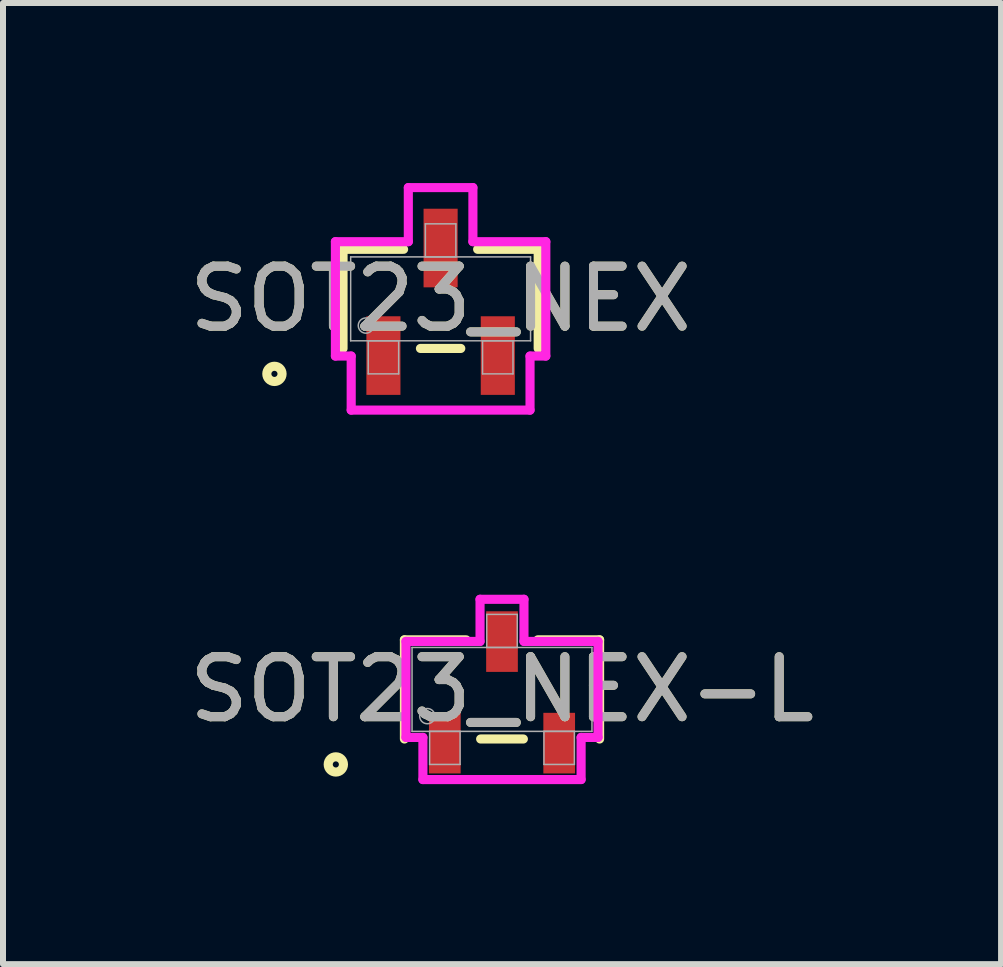
<source format=kicad_pcb>
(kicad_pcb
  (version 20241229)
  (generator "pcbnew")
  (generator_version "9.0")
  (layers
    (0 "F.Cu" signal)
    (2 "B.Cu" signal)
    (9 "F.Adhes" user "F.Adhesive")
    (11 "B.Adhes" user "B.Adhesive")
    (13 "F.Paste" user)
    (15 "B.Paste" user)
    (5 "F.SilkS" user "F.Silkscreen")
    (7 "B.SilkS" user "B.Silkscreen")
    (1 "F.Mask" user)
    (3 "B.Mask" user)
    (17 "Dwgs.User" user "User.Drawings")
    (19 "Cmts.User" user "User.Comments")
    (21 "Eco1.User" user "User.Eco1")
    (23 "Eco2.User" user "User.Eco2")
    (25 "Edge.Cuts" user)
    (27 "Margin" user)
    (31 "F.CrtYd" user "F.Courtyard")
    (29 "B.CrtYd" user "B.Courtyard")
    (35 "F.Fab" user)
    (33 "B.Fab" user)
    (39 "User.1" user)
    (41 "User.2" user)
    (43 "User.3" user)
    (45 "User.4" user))
  (footprint "SOT23_NEX"
    (layer "F.Cu")
    (at 4.292 1.93)
    (property "Reference" "SOT23_NEX" (at 0 0 0) (unlocked yes) (layer "F.SilkS") (effects (font (size 1 1) (thickness 0.15))))
    (attr smd)
    (fp_line (start -1.626 -0.826) (end -1.626 0.826) (stroke (width 0.152) (type solid)) (layer "F.SilkS"))
    (fp_line (start -0.617 -0.826) (end -1.626 -0.826) (stroke (width 0.152) (type solid)) (layer "F.SilkS"))
    (fp_line (start -0.336 0.826) (end 0.336 0.826) (stroke (width 0.152) (type solid)) (layer "F.SilkS"))
    (fp_line (start 1.626 -0.826) (end 0.617 -0.826) (stroke (width 0.152) (type solid)) (layer "F.SilkS"))
    (fp_line (start 1.626 0.826) (end 1.626 -0.826) (stroke (width 0.152) (type solid)) (layer "F.SilkS"))
    (fp_circle (center -2.769 1.25) (end -2.642 1.25) (stroke (width 0.152) (type solid)) (fill no) (layer "F.SilkS"))
    (fp_line (start -1.753 -0.953) (end -0.538 -0.953) (stroke (width 0.152) (type solid)) (layer "F.CrtYd"))
    (fp_line (start -1.753 0.953) (end -1.753 -0.953) (stroke (width 0.152) (type solid)) (layer "F.CrtYd"))
    (fp_line (start -1.753 0.953) (end -1.49 0.953) (stroke (width 0.152) (type solid)) (layer "F.CrtYd"))
    (fp_line (start -1.49 0.953) (end -1.49 1.854) (stroke (width 0.152) (type solid)) (layer "F.CrtYd"))
    (fp_line (start -1.49 1.854) (end 1.49 1.854) (stroke (width 0.152) (type solid)) (layer "F.CrtYd"))
    (fp_line (start -0.538 -1.854) (end 0.538 -1.854) (stroke (width 0.152) (type solid)) (layer "F.CrtYd"))
    (fp_line (start -0.538 -0.953) (end -0.538 -1.854) (stroke (width 0.152) (type solid)) (layer "F.CrtYd"))
    (fp_line (start 0.538 -0.953) (end 0.538 -1.854) (stroke (width 0.152) (type solid)) (layer "F.CrtYd"))
    (fp_line (start 1.49 0.953) (end 1.49 1.854) (stroke (width 0.152) (type solid)) (layer "F.CrtYd"))
    (fp_line (start 1.753 -0.953) (end 0.538 -0.953) (stroke (width 0.152) (type solid)) (layer "F.CrtYd"))
    (fp_line (start 1.753 -0.953) (end 1.753 0.953) (stroke (width 0.152) (type solid)) (layer "F.CrtYd"))
    (fp_line (start 1.753 0.953) (end 1.49 0.953) (stroke (width 0.152) (type solid)) (layer "F.CrtYd"))
    (fp_line (start -1.499 -0.699) (end -1.499 0.699) (stroke (width 0.025) (type solid)) (layer "F.Fab"))
    (fp_line (start -1.499 0.699) (end 1.499 0.699) (stroke (width 0.025) (type solid)) (layer "F.Fab"))
    (fp_line (start -1.206 0.699) (end -1.206 1.25) (stroke (width 0.025) (type solid)) (layer "F.Fab"))
    (fp_line (start -1.206 1.25) (end -0.699 1.25) (stroke (width 0.025) (type solid)) (layer "F.Fab"))
    (fp_line (start -0.699 0.699) (end -1.206 0.699) (stroke (width 0.025) (type solid)) (layer "F.Fab"))
    (fp_line (start -0.699 1.25) (end -0.699 0.699) (stroke (width 0.025) (type solid)) (layer "F.Fab"))
    (fp_line (start -0.254 -1.25) (end -0.254 -0.699) (stroke (width 0.025) (type solid)) (layer "F.Fab"))
    (fp_line (start -0.254 -0.699) (end 0.254 -0.699) (stroke (width 0.025) (type solid)) (layer "F.Fab"))
    (fp_line (start 0.254 -1.25) (end -0.254 -1.25) (stroke (width 0.025) (type solid)) (layer "F.Fab"))
    (fp_line (start 0.254 -0.699) (end 0.254 -1.25) (stroke (width 0.025) (type solid)) (layer "F.Fab"))
    (fp_line (start 0.699 0.699) (end 0.699 1.25) (stroke (width 0.025) (type solid)) (layer "F.Fab"))
    (fp_line (start 0.699 1.25) (end 1.206 1.25) (stroke (width 0.025) (type solid)) (layer "F.Fab"))
    (fp_line (start 1.206 0.699) (end 0.699 0.699) (stroke (width 0.025) (type solid)) (layer "F.Fab"))
    (fp_line (start 1.206 1.25) (end 1.206 0.699) (stroke (width 0.025) (type solid)) (layer "F.Fab"))
    (fp_line (start 1.499 -0.699) (end -1.499 -0.699) (stroke (width 0.025) (type solid)) (layer "F.Fab"))
    (fp_line (start 1.499 0.699) (end 1.499 -0.699) (stroke (width 0.025) (type solid)) (layer "F.Fab"))
    (fp_circle (center -1.245 0.445) (end -1.118 0.445) (stroke (width 0.025) (type solid)) (fill no) (layer "F.Fab"))
    (fp_text user "${REFERENCE}" (at 0 0 0) (unlocked yes) (layer "F.Fab") (effects (font (size 1 1) (thickness 0.15))))
    (pad "1" smd rect (at -0.953 0.945) (size 0.568 1.31) (layers "F.Cu" "F.Mask" "F.Paste"))
    (pad "2" smd rect (at 0.953 0.945) (size 0.568 1.31) (layers "F.Cu" "F.Mask" "F.Paste"))
    (pad "3" smd rect (at 0 -0.847) (size 0.568 1.31) (layers "F.Cu" "F.Mask" "F.Paste")))
  (footprint "SOT23_NEX-L"
    (layer "F.Cu")
    (at 5.315 8.438)
    (property "Reference" "SOT23_NEX-L" (at 0 0 0) (unlocked yes) (layer "F.SilkS") (effects (font (size 1 1) (thickness 0.15))))
    (attr smd)
    (fp_line (start -1.626 -0.826) (end -1.626 0.826) (stroke (width 0.152) (type solid)) (layer "F.SilkS"))
    (fp_line (start -0.597 -0.826) (end -1.626 -0.826) (stroke (width 0.152) (type solid)) (layer "F.SilkS"))
    (fp_line (start -0.356 0.826) (end 0.356 0.826) (stroke (width 0.152) (type solid)) (layer "F.SilkS"))
    (fp_line (start 1.626 -0.826) (end 0.597 -0.826) (stroke (width 0.152) (type solid)) (layer "F.SilkS"))
    (fp_line (start 1.626 0.826) (end 1.626 -0.826) (stroke (width 0.152) (type solid)) (layer "F.SilkS"))
    (fp_circle (center -2.769 1.25) (end -2.642 1.25) (stroke (width 0.152) (type solid)) (fill no) (layer "F.SilkS"))
    (fp_line (start -1.6 -0.8) (end -0.366 -0.8) (stroke (width 0.152) (type solid)) (layer "F.CrtYd"))
    (fp_line (start -1.6 0.8) (end -1.6 -0.8) (stroke (width 0.152) (type solid)) (layer "F.CrtYd"))
    (fp_line (start -1.6 0.8) (end -1.318 0.8) (stroke (width 0.152) (type solid)) (layer "F.CrtYd"))
    (fp_line (start -1.318 0.8) (end -1.318 1.502) (stroke (width 0.152) (type solid)) (layer "F.CrtYd"))
    (fp_line (start -1.318 1.502) (end 1.318 1.502) (stroke (width 0.152) (type solid)) (layer "F.CrtYd"))
    (fp_line (start -0.366 -1.502) (end 0.366 -1.502) (stroke (width 0.152) (type solid)) (layer "F.CrtYd"))
    (fp_line (start -0.366 -0.8) (end -0.366 -1.502) (stroke (width 0.152) (type solid)) (layer "F.CrtYd"))
    (fp_line (start 0.366 -0.8) (end 0.366 -1.502) (stroke (width 0.152) (type solid)) (layer "F.CrtYd"))
    (fp_line (start 1.318 0.8) (end 1.318 1.502) (stroke (width 0.152) (type solid)) (layer "F.CrtYd"))
    (fp_line (start 1.6 -0.8) (end 0.366 -0.8) (stroke (width 0.152) (type solid)) (layer "F.CrtYd"))
    (fp_line (start 1.6 -0.8) (end 1.6 0.8) (stroke (width 0.152) (type solid)) (layer "F.CrtYd"))
    (fp_line (start 1.6 0.8) (end 1.318 0.8) (stroke (width 0.152) (type solid)) (layer "F.CrtYd"))
    (fp_line (start -1.499 -0.699) (end -1.499 0.699) (stroke (width 0.025) (type solid)) (layer "F.Fab"))
    (fp_line (start -1.499 0.699) (end 1.499 0.699) (stroke (width 0.025) (type solid)) (layer "F.Fab"))
    (fp_line (start -1.206 0.699) (end -1.206 1.25) (stroke (width 0.025) (type solid)) (layer "F.Fab"))
    (fp_line (start -1.206 1.25) (end -0.699 1.25) (stroke (width 0.025) (type solid)) (layer "F.Fab"))
    (fp_line (start -0.699 0.699) (end -1.206 0.699) (stroke (width 0.025) (type solid)) (layer "F.Fab"))
    (fp_line (start -0.699 1.25) (end -0.699 0.699) (stroke (width 0.025) (type solid)) (layer "F.Fab"))
    (fp_line (start -0.254 -1.25) (end -0.254 -0.699) (stroke (width 0.025) (type solid)) (layer "F.Fab"))
    (fp_line (start -0.254 -0.699) (end 0.254 -0.699) (stroke (width 0.025) (type solid)) (layer "F.Fab"))
    (fp_line (start 0.254 -1.25) (end -0.254 -1.25) (stroke (width 0.025) (type solid)) (layer "F.Fab"))
    (fp_line (start 0.254 -0.699) (end 0.254 -1.25) (stroke (width 0.025) (type solid)) (layer "F.Fab"))
    (fp_line (start 0.699 0.699) (end 0.699 1.25) (stroke (width 0.025) (type solid)) (layer "F.Fab"))
    (fp_line (start 0.699 1.25) (end 1.206 1.25) (stroke (width 0.025) (type solid)) (layer "F.Fab"))
    (fp_line (start 1.206 0.699) (end 0.699 0.699) (stroke (width 0.025) (type solid)) (layer "F.Fab"))
    (fp_line (start 1.206 1.25) (end 1.206 0.699) (stroke (width 0.025) (type solid)) (layer "F.Fab"))
    (fp_line (start 1.499 -0.699) (end -1.499 -0.699) (stroke (width 0.025) (type solid)) (layer "F.Fab"))
    (fp_line (start 1.499 0.699) (end 1.499 -0.699) (stroke (width 0.025) (type solid)) (layer "F.Fab"))
    (fp_circle (center -1.245 0.445) (end -1.118 0.445) (stroke (width 0.025) (type solid)) (fill no) (layer "F.Fab"))
    (fp_text user "${REFERENCE}" (at 0 0 0) (unlocked yes) (layer "F.Fab") (effects (font (size 1 1) (thickness 0.15))))
    (pad "1" smd rect (at -0.953 0.895) (size 0.528 1.01) (layers "F.Cu" "F.Mask" "F.Paste"))
    (pad "2" smd rect (at 0.953 0.895) (size 0.528 1.01) (layers "F.Cu" "F.Mask" "F.Paste"))
    (pad "3" smd rect (at 0 -0.797) (size 0.528 1.01) (layers "F.Cu" "F.Mask" "F.Paste")))
  (gr_rect
    (start -3 -3)
    (end 13.631 13.016)
    (stroke (width 0.1) (type default))
    (fill no)
    (layer "Edge.Cuts")))
</source>
